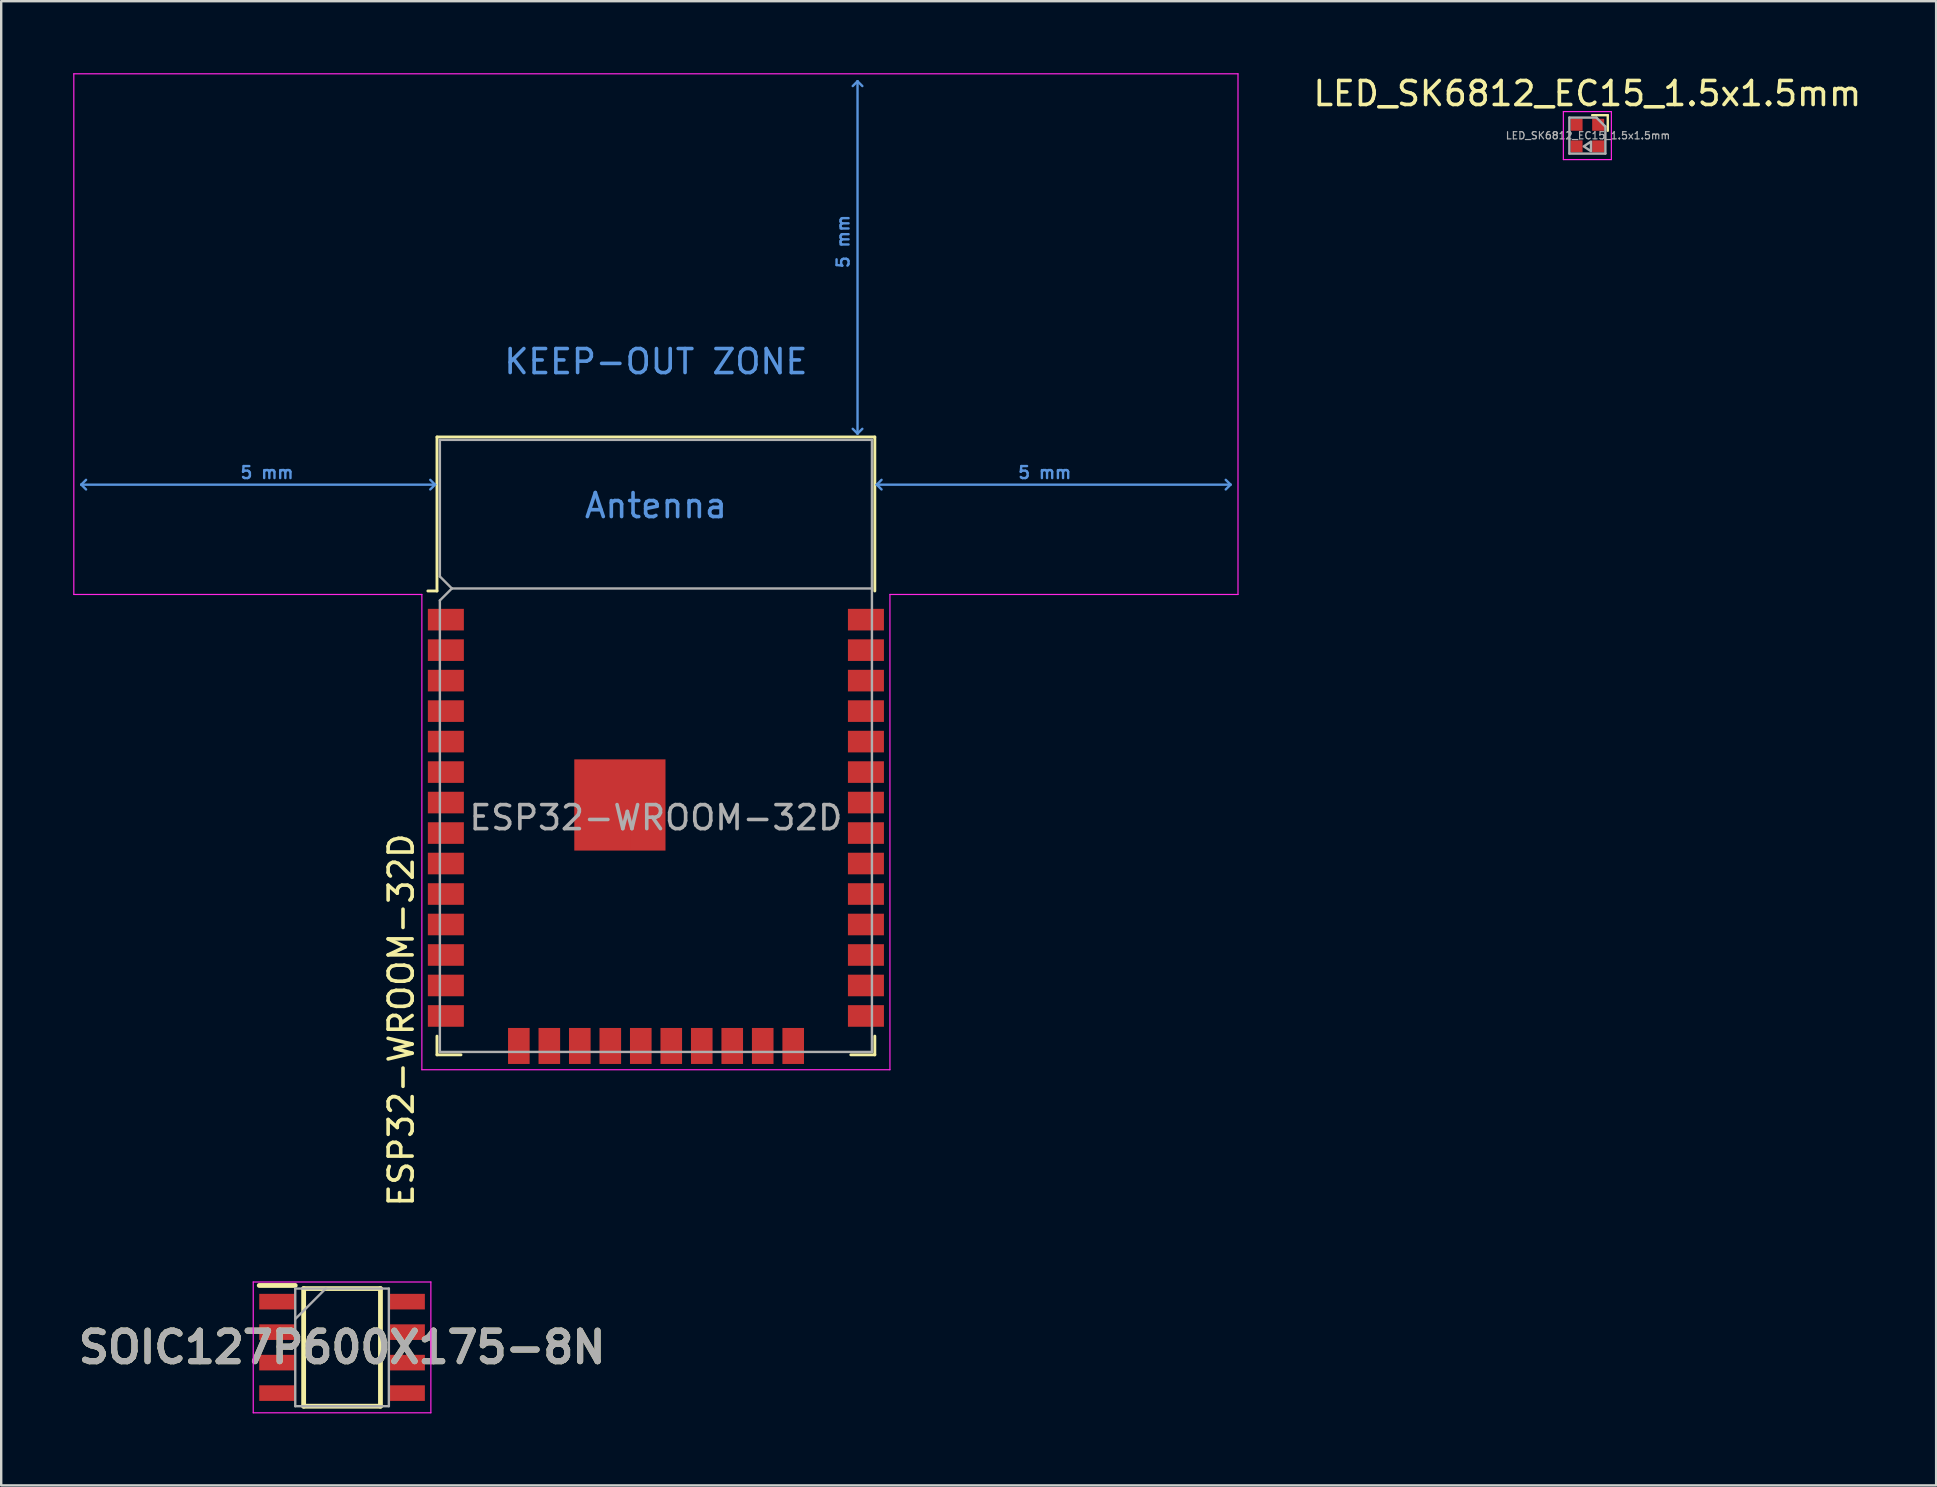
<source format=kicad_pcb>
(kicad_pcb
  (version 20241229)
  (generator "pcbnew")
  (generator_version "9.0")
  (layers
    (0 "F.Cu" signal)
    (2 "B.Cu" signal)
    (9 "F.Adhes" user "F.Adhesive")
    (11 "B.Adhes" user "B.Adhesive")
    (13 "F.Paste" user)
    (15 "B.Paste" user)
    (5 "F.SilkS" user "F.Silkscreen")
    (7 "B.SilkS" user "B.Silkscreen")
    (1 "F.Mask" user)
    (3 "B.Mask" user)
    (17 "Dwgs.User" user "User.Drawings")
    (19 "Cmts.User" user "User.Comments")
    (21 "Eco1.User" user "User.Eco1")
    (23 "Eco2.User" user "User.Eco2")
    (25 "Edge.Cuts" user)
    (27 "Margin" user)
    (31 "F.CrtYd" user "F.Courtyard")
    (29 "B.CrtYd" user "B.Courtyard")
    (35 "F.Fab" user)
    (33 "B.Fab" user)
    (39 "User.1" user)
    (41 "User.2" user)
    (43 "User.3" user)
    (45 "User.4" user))
  (footprint "ESP32-WROOM-32D"
    (layer "F.Cu")
    (at 24.275 31.015)
    (property "Reference" "ESP32-WROOM-32D" (at -10.61 8.43 90) (layer "F.SilkS") (effects (font (size 1 1) (thickness 0.15))))
    (attr smd)
    (fp_line (start -9.12 -15.86) (end -9.12 -9.445) (stroke (width 0.12) (type solid)) (layer "F.SilkS"))
    (fp_line (start -9.12 -15.86) (end 9.12 -15.86) (stroke (width 0.12) (type solid)) (layer "F.SilkS"))
    (fp_line (start -9.12 -9.445) (end -9.5 -9.445) (stroke (width 0.12) (type solid)) (layer "F.SilkS"))
    (fp_line (start -9.12 9.1) (end -9.12 9.88) (stroke (width 0.12) (type solid)) (layer "F.SilkS"))
    (fp_line (start -9.12 9.88) (end -8.12 9.88) (stroke (width 0.12) (type solid)) (layer "F.SilkS"))
    (fp_line (start 9.12 -15.86) (end 9.12 -9.445) (stroke (width 0.12) (type solid)) (layer "F.SilkS"))
    (fp_line (start 9.12 9.1) (end 9.12 9.88) (stroke (width 0.12) (type solid)) (layer "F.SilkS"))
    (fp_line (start 9.12 9.88) (end 8.12 9.88) (stroke (width 0.12) (type solid)) (layer "F.SilkS"))
    (fp_line (start -23.94 -13.875) (end -23.74 -14.075) (stroke (width 0.1) (type solid)) (layer "Cmts.User"))
    (fp_line (start -23.94 -13.875) (end -23.74 -13.675) (stroke (width 0.1) (type solid)) (layer "Cmts.User"))
    (fp_line (start -23.94 -13.875) (end -9.2 -13.875) (stroke (width 0.1) (type solid)) (layer "Cmts.User"))
    (fp_line (start -9.2 -13.875) (end -9.4 -14.075) (stroke (width 0.1) (type solid)) (layer "Cmts.User"))
    (fp_line (start -9.2 -13.875) (end -9.4 -13.675) (stroke (width 0.1) (type solid)) (layer "Cmts.User"))
    (fp_line (start 8.4 -30.68) (end 8.2 -30.48) (stroke (width 0.1) (type solid)) (layer "Cmts.User"))
    (fp_line (start 8.4 -30.68) (end 8.6 -30.48) (stroke (width 0.1) (type solid)) (layer "Cmts.User"))
    (fp_line (start 8.4 -16) (end 8.2 -16.2) (stroke (width 0.1) (type solid)) (layer "Cmts.User"))
    (fp_line (start 8.4 -16) (end 8.4 -30.68) (stroke (width 0.1) (type solid)) (layer "Cmts.User"))
    (fp_line (start 8.4 -16) (end 8.6 -16.2) (stroke (width 0.1) (type solid)) (layer "Cmts.User"))
    (fp_line (start 9.2 -13.875) (end 9.4 -14.075) (stroke (width 0.1) (type solid)) (layer "Cmts.User"))
    (fp_line (start 9.2 -13.875) (end 9.4 -13.675) (stroke (width 0.1) (type solid)) (layer "Cmts.User"))
    (fp_line (start 9.2 -13.875) (end 23.94 -13.875) (stroke (width 0.1) (type solid)) (layer "Cmts.User"))
    (fp_line (start 23.94 -13.875) (end 23.74 -14.075) (stroke (width 0.1) (type solid)) (layer "Cmts.User"))
    (fp_line (start 23.94 -13.875) (end 23.74 -13.675) (stroke (width 0.1) (type solid)) (layer "Cmts.User"))
    (fp_line (start -24.25 -30.99) (end -24.25 -9.3) (stroke (width 0.05) (type solid)) (layer "F.CrtYd"))
    (fp_line (start -24.25 -30.99) (end 24.25 -30.99) (stroke (width 0.05) (type solid)) (layer "F.CrtYd"))
    (fp_line (start -24.25 -9.3) (end -9.75 -9.3) (stroke (width 0.05) (type solid)) (layer "F.CrtYd"))
    (fp_line (start -9.75 10.5) (end -9.75 -9.3) (stroke (width 0.05) (type solid)) (layer "F.CrtYd"))
    (fp_line (start -9.75 10.5) (end 9.75 10.5) (stroke (width 0.05) (type solid)) (layer "F.CrtYd"))
    (fp_line (start 9.75 -9.3) (end 9.75 10.5) (stroke (width 0.05) (type solid)) (layer "F.CrtYd"))
    (fp_line (start 9.75 -9.3) (end 24.25 -9.3) (stroke (width 0.05) (type solid)) (layer "F.CrtYd"))
    (fp_line (start 24.25 -30.99) (end 24.25 -9.3) (stroke (width 0.05) (type solid)) (layer "F.CrtYd"))
    (fp_line (start -9 -15.74) (end -9 -10.05) (stroke (width 0.1) (type solid)) (layer "F.Fab"))
    (fp_line (start -9 -15.74) (end 9 -15.74) (stroke (width 0.1) (type solid)) (layer "F.Fab"))
    (fp_line (start -9 -9.05) (end -9 9.76) (stroke (width 0.1) (type solid)) (layer "F.Fab"))
    (fp_line (start -9 -9.05) (end -8.5 -9.55) (stroke (width 0.1) (type solid)) (layer "F.Fab"))
    (fp_line (start -9 9.76) (end 9 9.76) (stroke (width 0.1) (type solid)) (layer "F.Fab"))
    (fp_line (start -8.5 -9.55) (end -9 -10.05) (stroke (width 0.1) (type solid)) (layer "F.Fab"))
    (fp_line (start -8.5 -9.55) (end 9 -9.55) (stroke (width 0.1) (type solid)) (layer "F.Fab"))
    (fp_line (start 9 9.76) (end 9 -15.74) (stroke (width 0.1) (type solid)) (layer "F.Fab"))
    (fp_text user "Antenna" (at 0 -13 0) (layer "Cmts.User") (effects (font (size 1 1) (thickness 0.15))))
    (fp_text user "5 mm" (at 16.2 -14.375 0) (layer "Cmts.User") (effects (font (size 0.5 0.5) (thickness 0.1))))
    (fp_text user "KEEP-OUT ZONE" (at 0 -19 0) (layer "Cmts.User") (effects (font (size 1 1) (thickness 0.15))))
    (fp_text user "5 mm" (at -16.2 -14.375 0) (layer "Cmts.User") (effects (font (size 0.5 0.5) (thickness 0.1))))
    (fp_text user "5 mm" (at 7.8 -24 90) (layer "Cmts.User") (effects (font (size 0.5 0.5) (thickness 0.1))))
    (fp_text user "${REFERENCE}" (at 0 0 0) (layer "F.Fab") (effects (font (size 1 1) (thickness 0.15))))
    (pad "1" smd rect (at -8.75 -8.25) (size 1.5 0.9) (layers "F.Cu" "F.Mask" "F.Paste"))
    (pad "2" smd rect (at -8.75 -6.98) (size 1.5 0.9) (layers "F.Cu" "F.Mask" "F.Paste"))
    (pad "3" smd rect (at -8.75 -5.71) (size 1.5 0.9) (layers "F.Cu" "F.Mask" "F.Paste"))
    (pad "4" smd rect (at -8.75 -4.44) (size 1.5 0.9) (layers "F.Cu" "F.Mask" "F.Paste"))
    (pad "5" smd rect (at -8.75 -3.17) (size 1.5 0.9) (layers "F.Cu" "F.Mask" "F.Paste"))
    (pad "6" smd rect (at -8.75 -1.9) (size 1.5 0.9) (layers "F.Cu" "F.Mask" "F.Paste"))
    (pad "7" smd rect (at -8.75 -0.63) (size 1.5 0.9) (layers "F.Cu" "F.Mask" "F.Paste"))
    (pad "8" smd rect (at -8.75 0.64) (size 1.5 0.9) (layers "F.Cu" "F.Mask" "F.Paste"))
    (pad "9" smd rect (at -8.75 1.91) (size 1.5 0.9) (layers "F.Cu" "F.Mask" "F.Paste"))
    (pad "10" smd rect (at -8.75 3.18) (size 1.5 0.9) (layers "F.Cu" "F.Mask" "F.Paste"))
    (pad "11" smd rect (at -8.75 4.45) (size 1.5 0.9) (layers "F.Cu" "F.Mask" "F.Paste"))
    (pad "12" smd rect (at -8.75 5.72) (size 1.5 0.9) (layers "F.Cu" "F.Mask" "F.Paste"))
    (pad "13" smd rect (at -8.75 6.99) (size 1.5 0.9) (layers "F.Cu" "F.Mask" "F.Paste"))
    (pad "14" smd rect (at -8.75 8.26) (size 1.5 0.9) (layers "F.Cu" "F.Mask" "F.Paste"))
    (pad "15" smd rect (at -5.71 9.51 90) (size 1.5 0.9) (layers "F.Cu" "F.Mask" "F.Paste"))
    (pad "16" smd rect (at -4.44 9.51 90) (size 1.5 0.9) (layers "F.Cu" "F.Mask" "F.Paste"))
    (pad "17" smd rect (at -3.17 9.51 90) (size 1.5 0.9) (layers "F.Cu" "F.Mask" "F.Paste"))
    (pad "18" smd rect (at -1.9 9.51 90) (size 1.5 0.9) (layers "F.Cu" "F.Mask" "F.Paste"))
    (pad "19" smd rect (at -0.63 9.51 90) (size 1.5 0.9) (layers "F.Cu" "F.Mask" "F.Paste"))
    (pad "20" smd rect (at 0.64 9.51 90) (size 1.5 0.9) (layers "F.Cu" "F.Mask" "F.Paste"))
    (pad "21" smd rect (at 1.91 9.51 90) (size 1.5 0.9) (layers "F.Cu" "F.Mask" "F.Paste"))
    (pad "22" smd rect (at 3.18 9.51 90) (size 1.5 0.9) (layers "F.Cu" "F.Mask" "F.Paste"))
    (pad "23" smd rect (at 4.45 9.51 90) (size 1.5 0.9) (layers "F.Cu" "F.Mask" "F.Paste"))
    (pad "24" smd rect (at 5.72 9.51 90) (size 1.5 0.9) (layers "F.Cu" "F.Mask" "F.Paste"))
    (pad "25" smd rect (at 8.75 8.26) (size 1.5 0.9) (layers "F.Cu" "F.Mask" "F.Paste"))
    (pad "26" smd rect (at 8.75 6.99) (size 1.5 0.9) (layers "F.Cu" "F.Mask" "F.Paste"))
    (pad "27" smd rect (at 8.75 5.72) (size 1.5 0.9) (layers "F.Cu" "F.Mask" "F.Paste"))
    (pad "28" smd rect (at 8.75 4.45) (size 1.5 0.9) (layers "F.Cu" "F.Mask" "F.Paste"))
    (pad "29" smd rect (at 8.75 3.18) (size 1.5 0.9) (layers "F.Cu" "F.Mask" "F.Paste"))
    (pad "30" smd rect (at 8.75 1.91) (size 1.5 0.9) (layers "F.Cu" "F.Mask" "F.Paste"))
    (pad "31" smd rect (at 8.75 0.64) (size 1.5 0.9) (layers "F.Cu" "F.Mask" "F.Paste"))
    (pad "32" smd rect (at 8.75 -0.63) (size 1.5 0.9) (layers "F.Cu" "F.Mask" "F.Paste"))
    (pad "33" smd rect (at 8.75 -1.9) (size 1.5 0.9) (layers "F.Cu" "F.Mask" "F.Paste"))
    (pad "34" smd rect (at 8.75 -3.17) (size 1.5 0.9) (layers "F.Cu" "F.Mask" "F.Paste"))
    (pad "35" smd rect (at 8.75 -4.44) (size 1.5 0.9) (layers "F.Cu" "F.Mask" "F.Paste"))
    (pad "36" smd rect (at 8.75 -5.71) (size 1.5 0.9) (layers "F.Cu" "F.Mask" "F.Paste"))
    (pad "37" smd rect (at 8.75 -6.98) (size 1.5 0.9) (layers "F.Cu" "F.Mask" "F.Paste"))
    (pad "38" smd rect (at 8.75 -8.25) (size 1.5 0.9) (layers "F.Cu" "F.Mask" "F.Paste"))
    (pad "39" smd rect (at -2.9 -1.93) (size 0.9 0.9) (layers "F.Cu" "F.Paste"))
    (pad "39" smd rect (at -2.9 -0.53) (size 0.9 0.9) (layers "F.Cu" "F.Paste"))
    (pad "39" smd rect (at -2.9 0.87) (size 0.9 0.9) (layers "F.Cu" "F.Paste"))
    (pad "39" smd rect (at -1.5 -1.93) (size 0.9 0.9) (layers "F.Cu" "F.Paste"))
    (pad "39" smd rect (at -1.5 -0.53) (size 0.9 0.9) (layers "F.Cu" "F.Paste"))
    (pad "39" smd rect (at -1.5 -0.53) (size 3.8 3.8) (layers "F.Cu" "F.Mask"))
    (pad "39" smd rect (at -1.5 0.87) (size 0.9 0.9) (layers "F.Cu" "F.Paste"))
    (pad "39" smd rect (at -0.1 -1.93) (size 0.9 0.9) (layers "F.Cu" "F.Paste"))
    (pad "39" smd rect (at -0.1 -0.53) (size 0.9 0.9) (layers "F.Cu" "F.Paste"))
    (pad "39" smd rect (at -0.1 0.87) (size 0.9 0.9) (layers "F.Cu" "F.Paste"))
    (zone (net_name "") (layers "F.Cu" "B.Cu") (hatch full 0.508) (connect_pads) (min_thickness 0.254) (filled_areas_thickness no) (keepout (tracks not_allowed) (vias not_allowed) (pads not_allowed) (copperpour not_allowed) (footprints not_allowed)) (placement (enabled no)) (fill) (polygon (pts (xy 0.275 21.465) (xy 48.275 21.465) (xy 48.275 0.275) (xy 0.275 0.275)))))
  (footprint "LED_SK6812_EC15_1.5x1.5mm"
    (layer "F.Cu")
    (at 63.08 2.598)
    (property "Reference" "LED_SK6812_EC15_1.5x1.5mm" (at 0 -1.75 0) (layer "F.SilkS") (effects (font (size 1 1) (thickness 0.15))))
    (attr smd)
    (fp_line (start 0.85 -0.85) (end 0.2 -0.85) (stroke (width 0.1) (type solid)) (layer "F.SilkS"))
    (fp_line (start 0.85 -0.2) (end 0.85 -0.85) (stroke (width 0.1) (type solid)) (layer "F.SilkS"))
    (fp_line (start -1 -1) (end 1 -1) (stroke (width 0.05) (type solid)) (layer "F.CrtYd"))
    (fp_line (start -1 1) (end -1 -1) (stroke (width 0.05) (type solid)) (layer "F.CrtYd"))
    (fp_line (start 1 -1) (end 1 1) (stroke (width 0.05) (type solid)) (layer "F.CrtYd"))
    (fp_line (start 1 1) (end -1 1) (stroke (width 0.05) (type solid)) (layer "F.CrtYd"))
    (fp_line (start -0.75 -0.75) (end 0.375 -0.75) (stroke (width 0.1) (type solid)) (layer "F.Fab"))
    (fp_line (start -0.75 0.75) (end -0.75 -0.75) (stroke (width 0.1) (type solid)) (layer "F.Fab"))
    (fp_line (start 0.375 -0.75) (end 0.75 -0.375) (stroke (width 0.1) (type solid)) (layer "F.Fab"))
    (fp_line (start 0.75 -0.375) (end 0.75 0.75) (stroke (width 0.1) (type solid)) (layer "F.Fab"))
    (fp_line (start 0.75 0.75) (end -0.75 0.75) (stroke (width 0.1) (type solid)) (layer "F.Fab"))
    (fp_poly (pts (xy 0.15 0.25) (xy -0.15 0.45) (xy 0.15 0.65)) (stroke (width 0.1) (type solid)) (fill no) (layer "F.Fab"))
    (fp_text user "${REFERENCE}" (at 0.025 0 0) (layer "F.Fab") (effects (font (size 0.3 0.3) (thickness 0.05))))
    (pad "1" smd rect (at -0.45 -0.45) (size 0.5 0.5) (layers "F.Cu" "F.Mask" "F.Paste"))
    (pad "2" smd rect (at -0.45 0.45) (size 0.5 0.5) (layers "F.Cu" "F.Mask" "F.Paste"))
    (pad "3" smd rect (at 0.45 0.45) (size 0.5 0.5) (layers "F.Cu" "F.Mask" "F.Paste"))
    (pad "4" smd rect (at 0.45 -0.45) (size 0.5 0.5) (layers "F.Cu" "F.Mask" "F.Paste")))
  (footprint "SOIC127P600X175-8N"
    (layer "F.Cu")
    (at 11.2 53.082)
    (property "Reference" "SOIC127P600X175-8N" (at 0 0 0) (layer "F.SilkS") (effects (font (size 1.27 1.27) (thickness 0.254))))
    (attr smd)
    (fp_line (start -3.45 -2.58) (end -1.95 -2.58) (stroke (width 0.2) (type solid)) (layer "F.SilkS"))
    (fp_line (start -1.6 -2.45) (end 1.6 -2.45) (stroke (width 0.2) (type solid)) (layer "F.SilkS"))
    (fp_line (start -1.6 2.45) (end -1.6 -2.45) (stroke (width 0.2) (type solid)) (layer "F.SilkS"))
    (fp_line (start 1.6 -2.45) (end 1.6 2.45) (stroke (width 0.2) (type solid)) (layer "F.SilkS"))
    (fp_line (start 1.6 2.45) (end -1.6 2.45) (stroke (width 0.2) (type solid)) (layer "F.SilkS"))
    (fp_line (start -3.7 -2.725) (end 3.7 -2.725) (stroke (width 0.05) (type solid)) (layer "F.CrtYd"))
    (fp_line (start -3.7 2.725) (end -3.7 -2.725) (stroke (width 0.05) (type solid)) (layer "F.CrtYd"))
    (fp_line (start 3.7 -2.725) (end 3.7 2.725) (stroke (width 0.05) (type solid)) (layer "F.CrtYd"))
    (fp_line (start 3.7 2.725) (end -3.7 2.725) (stroke (width 0.05) (type solid)) (layer "F.CrtYd"))
    (fp_line (start -1.95 -2.45) (end 1.95 -2.45) (stroke (width 0.1) (type solid)) (layer "F.Fab"))
    (fp_line (start -1.95 -1.18) (end -0.68 -2.45) (stroke (width 0.1) (type solid)) (layer "F.Fab"))
    (fp_line (start -1.95 2.45) (end -1.95 -2.45) (stroke (width 0.1) (type solid)) (layer "F.Fab"))
    (fp_line (start 1.95 -2.45) (end 1.95 2.45) (stroke (width 0.1) (type solid)) (layer "F.Fab"))
    (fp_line (start 1.95 2.45) (end -1.95 2.45) (stroke (width 0.1) (type solid)) (layer "F.Fab"))
    (fp_text user "${REFERENCE}" (at 0 0 0) (layer "F.Fab") (effects (font (size 1.27 1.27) (thickness 0.254))))
    (pad "1" smd rect (at -2.7 -1.905 90) (size 0.65 1.5) (layers "F.Cu" "F.Mask" "F.Paste"))
    (pad "2" smd rect (at -2.7 -0.635 90) (size 0.65 1.5) (layers "F.Cu" "F.Mask" "F.Paste"))
    (pad "3" smd rect (at -2.7 0.635 90) (size 0.65 1.5) (layers "F.Cu" "F.Mask" "F.Paste"))
    (pad "4" smd rect (at -2.7 1.905 90) (size 0.65 1.5) (layers "F.Cu" "F.Mask" "F.Paste"))
    (pad "5" smd rect (at 2.7 1.905 90) (size 0.65 1.5) (layers "F.Cu" "F.Mask" "F.Paste"))
    (pad "6" smd rect (at 2.7 0.635 90) (size 0.65 1.5) (layers "F.Cu" "F.Mask" "F.Paste"))
    (pad "7" smd rect (at 2.7 -0.635 90) (size 0.65 1.5) (layers "F.Cu" "F.Mask" "F.Paste"))
    (pad "8" smd rect (at 2.7 -1.905 90) (size 0.65 1.5) (layers "F.Cu" "F.Mask" "F.Paste")))
  (gr_rect
    (start -3 -3)
    (end 77.61 58.832)
    (stroke (width 0.1) (type default))
    (fill no)
    (layer "Edge.Cuts")))
</source>
